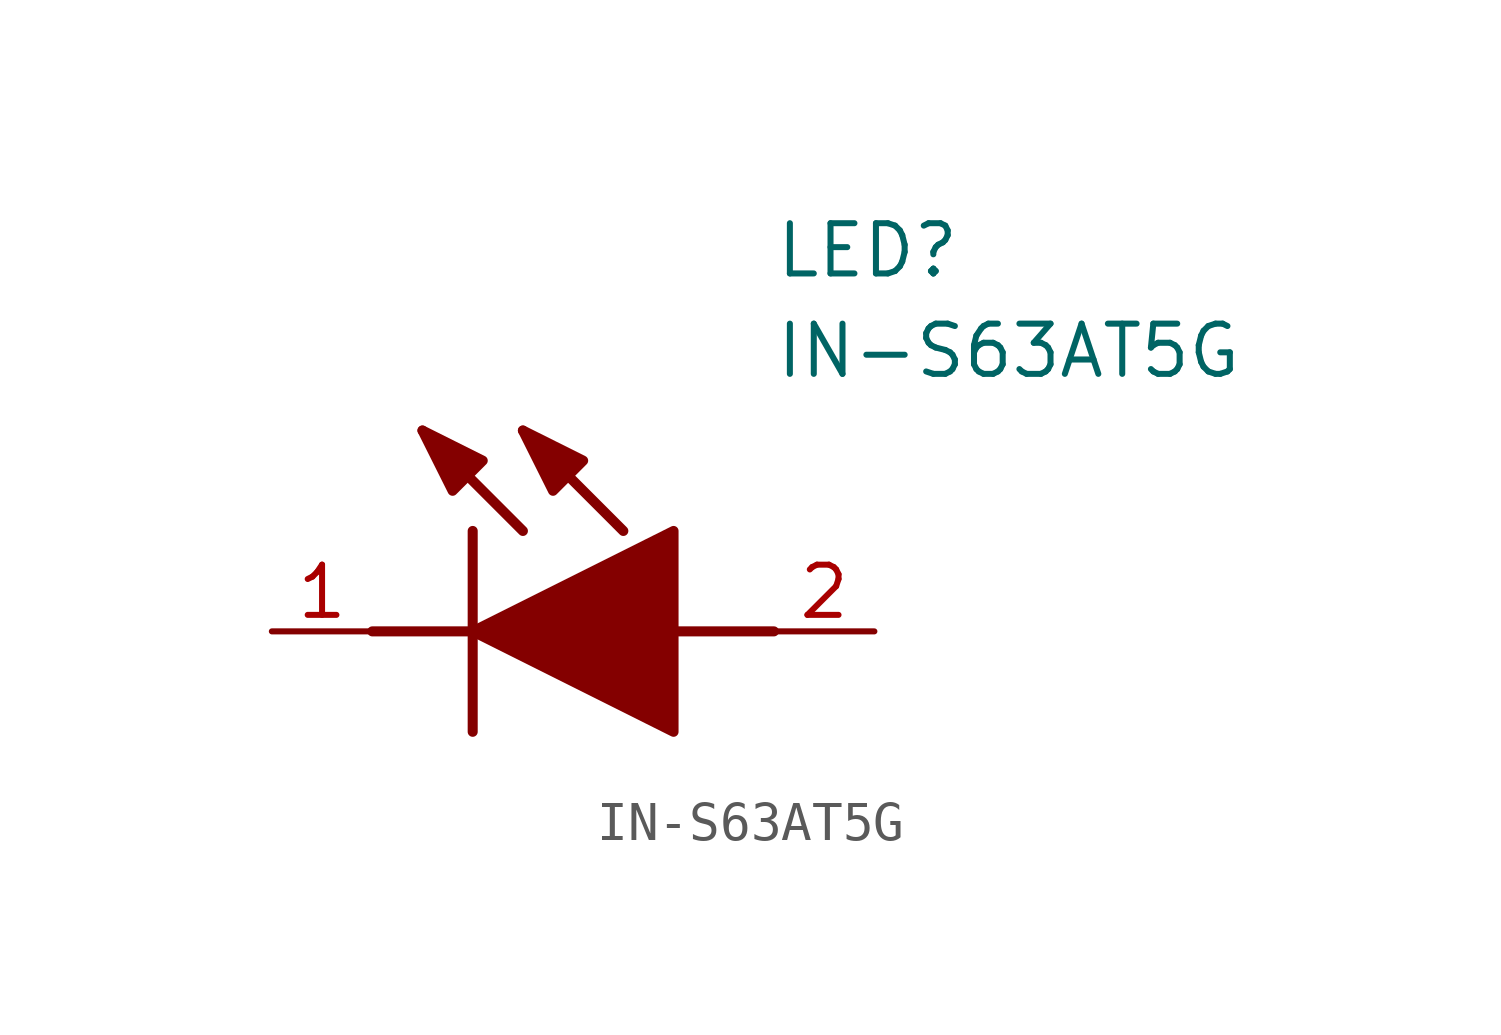
<source format=kicad_sym>
(kicad_symbol_lib
  (version 20211014)
  (generator SamacSys_ECAD_Model)
  (symbol "IN-S63AT5G"
    (pin_names hide)
    (property "Reference" "LED"
      (at 12.7 8.89 0)
      (effects (font (size 1.27 1.27)) (justify left bottom)))
    (property "Value" "IN-S63AT5G"
      (at 12.7 6.35 0)
      (effects (font (size 1.27 1.27)) (justify left bottom)))
    (polyline
      (pts (xy 5.08 2.54) (xy 5.08 -2.54))
      (stroke (width 0.254) (type default))
      (fill (type none)))
    (polyline
      (pts (xy 6.35 2.54) (xy 3.81 5.08))
      (stroke (width 0.254) (type default))
      (fill (type none)))
    (polyline
      (pts (xy 8.89 2.54) (xy 6.35 5.08))
      (stroke (width 0.254) (type default))
      (fill (type none)))
    (polyline
      (pts (xy 2.54 0) (xy 5.08 0))
      (stroke (width 0.254) (type default))
      (fill (type none)))
    (polyline
      (pts (xy 10.16 0) (xy 12.7 0))
      (stroke (width 0.254) (type default))
      (fill (type none)))
    (polyline
      (pts (xy 5.08 0) (xy 10.16 2.54) (xy 10.16 -2.54) (xy 5.08 0))
      (stroke (width 0.254) (type default))
      (fill (type outline)))
    (polyline
      (pts (xy 5.334 4.318) (xy 4.572 3.556) (xy 3.81 5.08) (xy 5.334 4.318))
      (stroke (width 0.254) (type default))
      (fill (type outline)))
    (polyline
      (pts (xy 7.874 4.318) (xy 7.112 3.556) (xy 6.35 5.08) (xy 7.874 4.318))
      (stroke (width 0.254) (type default))
      (fill (type outline)))
    (pin passive line
      (at 0 0 0)
      (length 2.54)
      (name "K" (effects (font (size 1.27 1.27))))
      (number "1" (effects (font (size 1.27 1.27)))))
    (pin passive line
      (at 15.24 0 180)
      (length 2.54)
      (name "A" (effects (font (size 1.27 1.27))))
      (number "2" (effects (font (size 1.27 1.27)))))))
</source>
